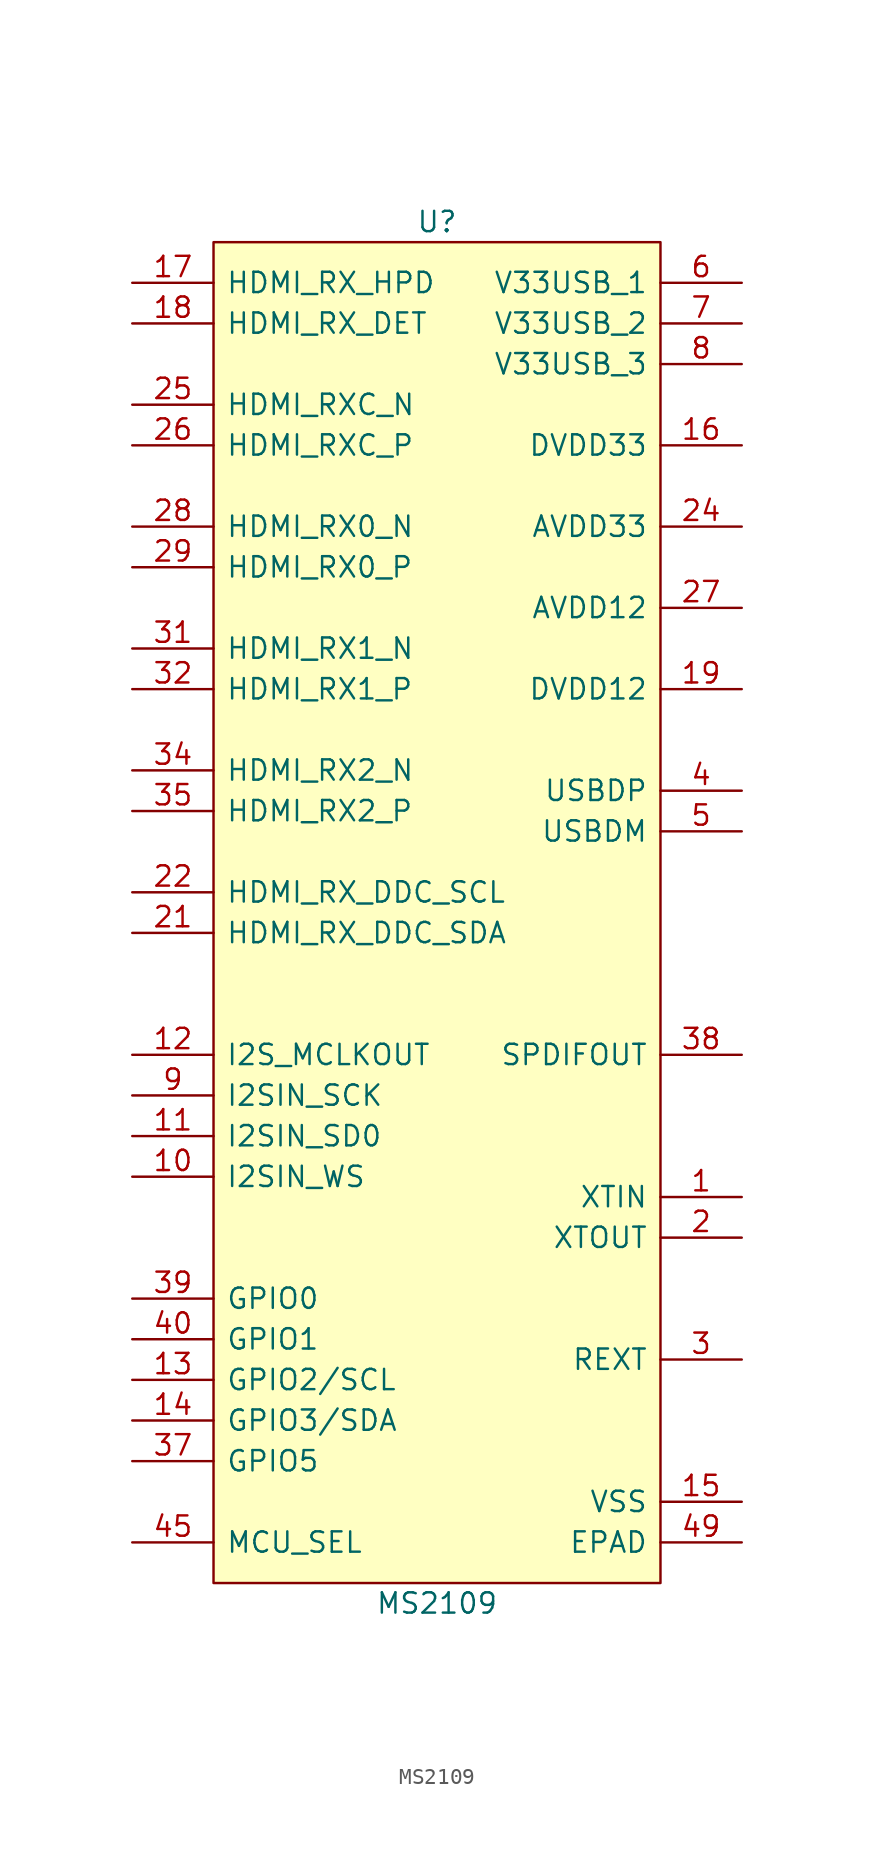
<source format=kicad_sym>
(kicad_symbol_lib
  (version 20220914)
  (generator kicad_symbol_editor)
  (symbol "MS2109"
    (pin_names
      (offset 0.762))
    (property "Reference" "U"
      (at 0 41.91 0)
      (effects (font (size 1.27 1.27))))
    (property "Value" "MS2109"
      (at 0 -44.45 0)
      (effects (font (size 1.27 1.27))))
    (symbol "MS2109_0_0"
      (pin unspecified line (at 19.05 -19.05 180) (length 5.08) (name "XTIN" (effects (font (size 1.27 1.27)))) (number "1" (effects (font (size 1.27 1.27)))))
      (pin unspecified line (at -19.05 -17.78 0) (length 5.08) (name "I2SIN_WS" (effects (font (size 1.27 1.27)))) (number "10" (effects (font (size 1.27 1.27)))))
      (pin unspecified line (at -19.05 -15.24 0) (length 5.08) (name "I2SIN_SD0" (effects (font (size 1.27 1.27)))) (number "11" (effects (font (size 1.27 1.27)))))
      (pin unspecified line (at -19.05 -10.16 0) (length 5.08) (name "I2S_MCLKOUT" (effects (font (size 1.27 1.27)))) (number "12" (effects (font (size 1.27 1.27)))))
      (pin unspecified line (at -19.05 -30.48 0) (length 5.08) (name "GPIO2/SCL" (effects (font (size 1.27 1.27)))) (number "13" (effects (font (size 1.27 1.27)))))
      (pin unspecified line (at -19.05 -33.02 0) (length 5.08) (name "GPIO3/SDA" (effects (font (size 1.27 1.27)))) (number "14" (effects (font (size 1.27 1.27)))))
      (pin unspecified line (at 19.05 -38.1 180) (length 5.08) (name "VSS" (effects (font (size 1.27 1.27)))) (number "15" (effects (font (size 1.27 1.27)))))
      (pin unspecified line (at 19.05 27.94 180) (length 5.08) (name "DVDD33" (effects (font (size 1.27 1.27)))) (number "16" (effects (font (size 1.27 1.27)))))
      (pin unspecified line (at -19.05 38.1 0) (length 5.08) (name "HDMI_RX_HPD" (effects (font (size 1.27 1.27)))) (number "17" (effects (font (size 1.27 1.27)))))
      (pin unspecified line (at -19.05 35.56 0) (length 5.08) (name "HDMI_RX_DET" (effects (font (size 1.27 1.27)))) (number "18" (effects (font (size 1.27 1.27)))))
      (pin unspecified line (at 19.05 12.7 180) (length 5.08) (name "DVDD12" (effects (font (size 1.27 1.27)))) (number "19" (effects (font (size 1.27 1.27)))))
      (pin unspecified line (at 19.05 -21.59 180) (length 5.08) (name "XTOUT" (effects (font (size 1.27 1.27)))) (number "2" (effects (font (size 1.27 1.27)))))
      (pin unspecified line (at -19.05 -2.54 0) (length 5.08) (name "HDMI_RX_DDC_SDA" (effects (font (size 1.27 1.27)))) (number "21" (effects (font (size 1.27 1.27)))))
      (pin unspecified line (at -19.05 0 0) (length 5.08) (name "HDMI_RX_DDC_SCL" (effects (font (size 1.27 1.27)))) (number "22" (effects (font (size 1.27 1.27)))))
      (pin unspecified line (at -19.05 30.48 0) (length 5.08) (name "HDMI_RXC_N" (effects (font (size 1.27 1.27)))) (number "25" (effects (font (size 1.27 1.27)))))
      (pin unspecified line (at -19.05 27.94 0) (length 5.08) (name "HDMI_RXC_P" (effects (font (size 1.27 1.27)))) (number "26" (effects (font (size 1.27 1.27)))))
      (pin unspecified line (at 19.05 17.78 180) (length 5.08) (name "AVDD12" (effects (font (size 1.27 1.27)))) (number "27" (effects (font (size 1.27 1.27)))))
      (pin unspecified line (at -19.05 22.86 0) (length 5.08) (name "HDMI_RX0_N" (effects (font (size 1.27 1.27)))) (number "28" (effects (font (size 1.27 1.27)))))
      (pin unspecified line (at -19.05 20.32 0) (length 5.08) (name "HDMI_RX0_P" (effects (font (size 1.27 1.27)))) (number "29" (effects (font (size 1.27 1.27)))))
      (pin unspecified line (at 19.05 -29.21 180) (length 5.08) (name "REXT" (effects (font (size 1.27 1.27)))) (number "3" (effects (font (size 1.27 1.27)))))
      (pin unspecified line (at -19.05 15.24 0) (length 5.08) (name "HDMI_RX1_N" (effects (font (size 1.27 1.27)))) (number "31" (effects (font (size 1.27 1.27)))))
      (pin unspecified line (at -19.05 12.7 0) (length 5.08) (name "HDMI_RX1_P" (effects (font (size 1.27 1.27)))) (number "32" (effects (font (size 1.27 1.27)))))
      (pin unspecified line (at -19.05 7.62 0) (length 5.08) (name "HDMI_RX2_N" (effects (font (size 1.27 1.27)))) (number "34" (effects (font (size 1.27 1.27)))))
      (pin unspecified line (at -19.05 5.08 0) (length 5.08) (name "HDMI_RX2_P" (effects (font (size 1.27 1.27)))) (number "35" (effects (font (size 1.27 1.27)))))
      (pin unspecified line (at -19.05 -35.56 0) (length 5.08) (name "GPIO5" (effects (font (size 1.27 1.27)))) (number "37" (effects (font (size 1.27 1.27)))))
      (pin unspecified line (at 19.05 -10.16 180) (length 5.08) (name "SPDIFOUT" (effects (font (size 1.27 1.27)))) (number "38" (effects (font (size 1.27 1.27)))))
      (pin unspecified line (at -19.05 -25.4 0) (length 5.08) (name "GPIO0" (effects (font (size 1.27 1.27)))) (number "39" (effects (font (size 1.27 1.27)))))
      (pin unspecified line (at 19.05 6.35 180) (length 5.08) (name "USBDP" (effects (font (size 1.27 1.27)))) (number "4" (effects (font (size 1.27 1.27)))))
      (pin unspecified line (at -19.05 -27.94 0) (length 5.08) (name "GPIO1" (effects (font (size 1.27 1.27)))) (number "40" (effects (font (size 1.27 1.27)))))
      (pin unspecified line (at -19.05 -40.64 0) (length 5.08) (name "MCU_SEL" (effects (font (size 1.27 1.27)))) (number "45" (effects (font (size 1.27 1.27)))))
      (pin unspecified line (at 19.05 -40.64 180) (length 5.08) (name "EPAD" (effects (font (size 1.27 1.27)))) (number "49" (effects (font (size 1.27 1.27)))))
      (pin unspecified line (at 19.05 3.81 180) (length 5.08) (name "USBDM" (effects (font (size 1.27 1.27)))) (number "5" (effects (font (size 1.27 1.27)))))
      (pin unspecified line (at -19.05 -12.7 0) (length 5.08) (name "I2SIN_SCK" (effects (font (size 1.27 1.27)))) (number "9" (effects (font (size 1.27 1.27))))))
    (symbol "MS2109_1_0"
      (pin unspecified line (at 19.05 -38.1 180) (length 5.08) hide (name "VSS" (effects (font (size 1.27 1.27)))) (number "20" (effects (font (size 1.27 1.27)))))
      (pin unspecified line (at 19.05 27.94 180) (length 5.08) hide (name "DVDD33" (effects (font (size 1.27 1.27)))) (number "23" (effects (font (size 1.27 1.27)))))
      (pin unspecified line (at 19.05 22.86 180) (length 5.08) (name "AVDD33" (effects (font (size 1.27 1.27)))) (number "24" (effects (font (size 1.27 1.27)))))
      (pin unspecified line (at 19.05 22.86 180) (length 5.08) hide (name "AVDD33" (effects (font (size 1.27 1.27)))) (number "30" (effects (font (size 1.27 1.27)))))
      (pin unspecified line (at 19.05 17.78 180) (length 5.08) hide (name "AVDD12" (effects (font (size 1.27 1.27)))) (number "33" (effects (font (size 1.27 1.27)))))
      (pin unspecified line (at 19.05 -38.1 180) (length 5.08) hide (name "VSS" (effects (font (size 1.27 1.27)))) (number "36" (effects (font (size 1.27 1.27)))))
      (pin unspecified line (at 19.05 12.7 180) (length 5.08) hide (name "DVDD12" (effects (font (size 1.27 1.27)))) (number "41" (effects (font (size 1.27 1.27)))))
      (pin unspecified line (at 19.05 -38.1 180) (length 5.08) hide (name "VSS" (effects (font (size 1.27 1.27)))) (number "42" (effects (font (size 1.27 1.27)))))
      (pin unspecified line (at 19.05 -38.1 180) (length 5.08) hide (name "VSS" (effects (font (size 1.27 1.27)))) (number "43" (effects (font (size 1.27 1.27)))))
      (pin unspecified line (at 19.05 -38.1 180) (length 5.08) hide (name "VSS" (effects (font (size 1.27 1.27)))) (number "44" (effects (font (size 1.27 1.27)))))
      (pin unspecified line (at 19.05 -38.1 180) (length 5.08) hide (name "VSS" (effects (font (size 1.27 1.27)))) (number "46" (effects (font (size 1.27 1.27)))))
      (pin unspecified line (at 19.05 22.86 180) (length 5.08) hide (name "AVDD33" (effects (font (size 1.27 1.27)))) (number "47" (effects (font (size 1.27 1.27)))))
      (pin unspecified line (at 19.05 -38.1 180) (length 5.08) hide (name "VSS" (effects (font (size 1.27 1.27)))) (number "48" (effects (font (size 1.27 1.27)))))
      (pin unspecified line (at 19.05 38.1 180) (length 5.08) (name "V33USB_1" (effects (font (size 1.27 1.27)))) (number "6" (effects (font (size 1.27 1.27)))))
      (pin unspecified line (at 19.05 35.56 180) (length 5.08) (name "V33USB_2" (effects (font (size 1.27 1.27)))) (number "7" (effects (font (size 1.27 1.27)))))
      (pin unspecified line (at 19.05 33.02 180) (length 5.08) (name "V33USB_3" (effects (font (size 1.27 1.27)))) (number "8" (effects (font (size 1.27 1.27))))))
    (symbol "MS2109_1_1"
      (rectangle (start -13.97 40.64) (end 13.97 -43.18) (stroke (width 0) (type default)) (fill (type background))))))
</source>
